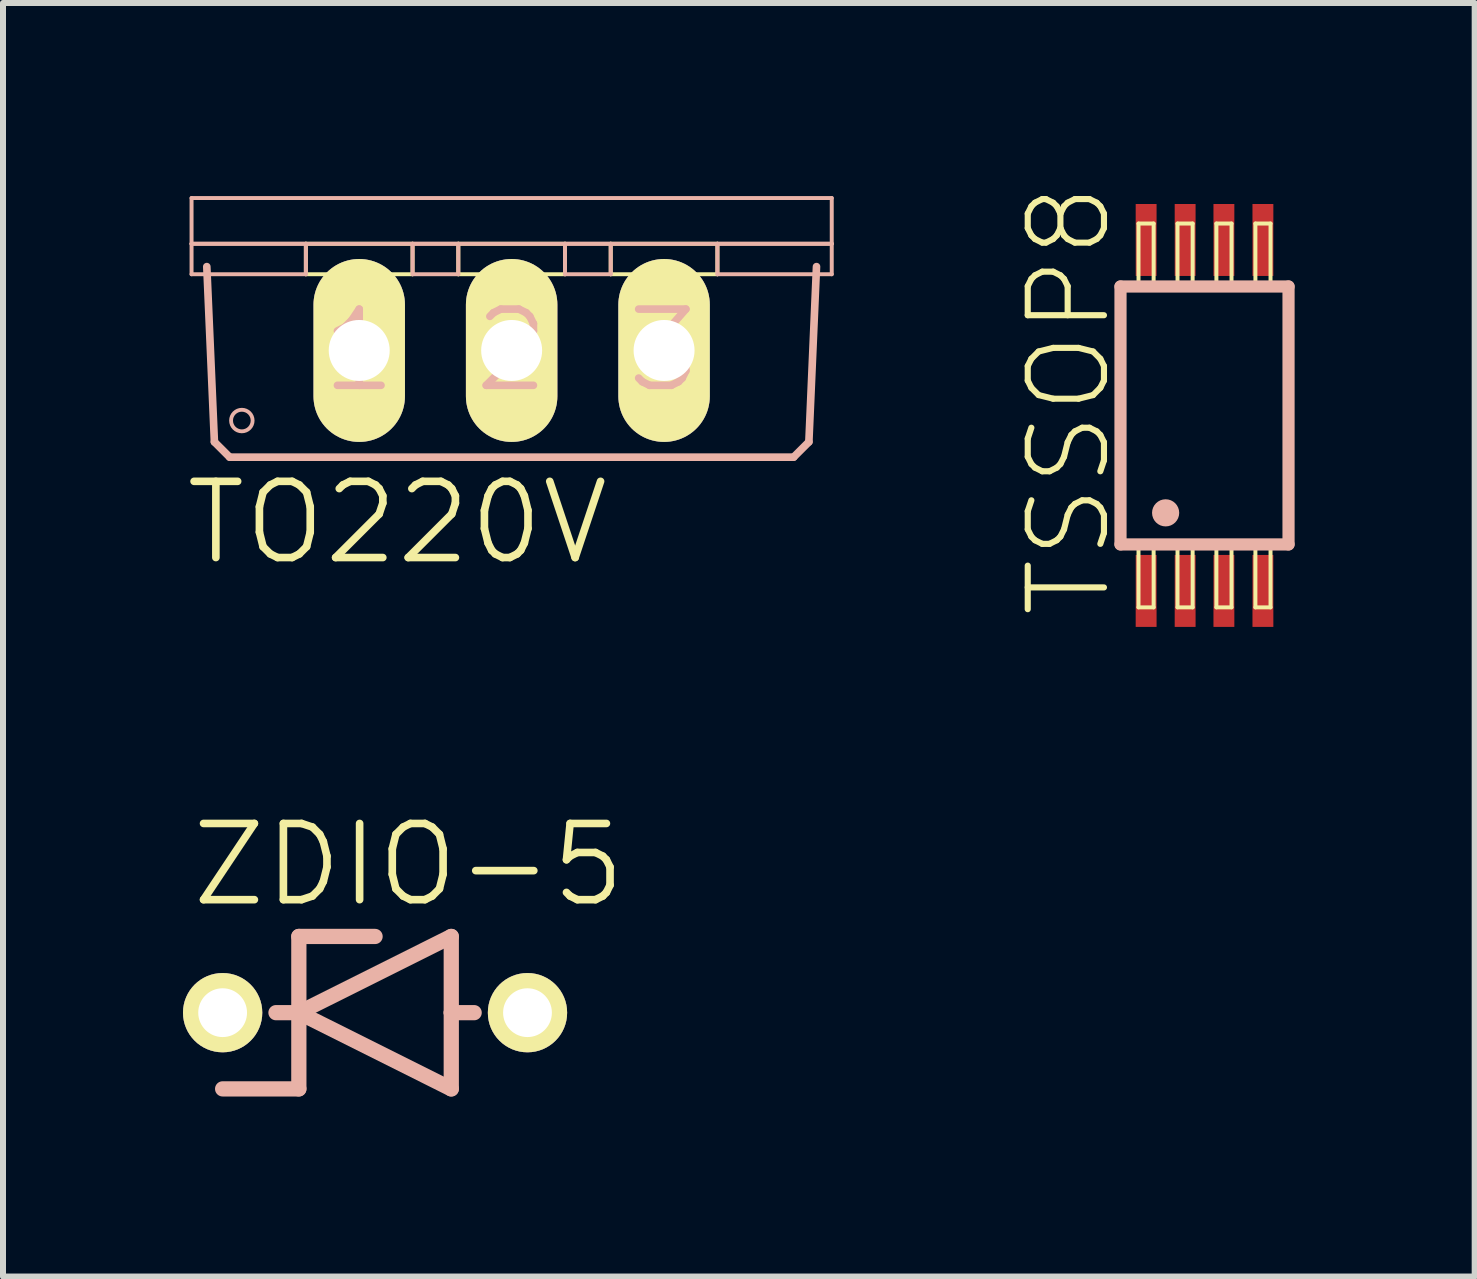
<source format=kicad_pcb>
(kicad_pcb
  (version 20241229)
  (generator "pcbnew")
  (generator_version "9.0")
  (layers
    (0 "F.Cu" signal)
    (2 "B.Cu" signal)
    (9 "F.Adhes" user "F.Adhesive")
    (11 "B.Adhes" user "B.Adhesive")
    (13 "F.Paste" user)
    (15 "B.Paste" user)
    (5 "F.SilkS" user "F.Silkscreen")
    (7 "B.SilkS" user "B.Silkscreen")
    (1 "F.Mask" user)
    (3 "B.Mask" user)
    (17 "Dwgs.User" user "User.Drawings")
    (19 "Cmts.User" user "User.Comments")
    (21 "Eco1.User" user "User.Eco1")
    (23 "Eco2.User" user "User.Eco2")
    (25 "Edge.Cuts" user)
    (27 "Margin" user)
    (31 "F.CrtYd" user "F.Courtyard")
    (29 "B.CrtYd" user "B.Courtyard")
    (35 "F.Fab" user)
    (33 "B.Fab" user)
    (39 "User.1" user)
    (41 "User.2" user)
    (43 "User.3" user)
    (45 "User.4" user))
  (footprint "ZDIO-5"
    (layer "F.Cu")
    (at 3.2 13.825)
    (property "Reference" "ZDIO-5" (at 0.559 -2.464 0) (layer "F.SilkS") (effects (font (size 1.27 1.27) (thickness 0.127))))
    (attr exclude_from_pos_files exclude_from_bom)
    (fp_line (start -1.651 0) (end -1.27 0) (stroke (width 0.254) (type solid)) (layer "B.SilkS"))
    (fp_line (start -1.27 -1.27) (end -1.27 0) (stroke (width 0.254) (type solid)) (layer "B.SilkS"))
    (fp_line (start -1.27 0) (end -1.27 1.27) (stroke (width 0.254) (type solid)) (layer "B.SilkS"))
    (fp_line (start -1.27 0) (end 1.27 -1.27) (stroke (width 0.254) (type solid)) (layer "B.SilkS"))
    (fp_line (start -1.27 1.27) (end -2.54 1.27) (stroke (width 0.254) (type solid)) (layer "B.SilkS"))
    (fp_line (start 0 -1.27) (end -1.27 -1.27) (stroke (width 0.254) (type solid)) (layer "B.SilkS"))
    (fp_line (start 1.27 -1.27) (end 1.27 0) (stroke (width 0.254) (type solid)) (layer "B.SilkS"))
    (fp_line (start 1.27 0) (end 1.27 1.27) (stroke (width 0.254) (type solid)) (layer "B.SilkS"))
    (fp_line (start 1.27 0) (end 1.651 0) (stroke (width 0.254) (type solid)) (layer "B.SilkS"))
    (fp_line (start 1.27 1.27) (end -1.27 0) (stroke (width 0.254) (type solid)) (layer "B.SilkS"))
    (pad "A" thru_hole circle (at 2.54 0) (size 1.321 1.321) (drill 0.813) (layers "*.Cu" "F.Mask" "F.SilkS" "F.Paste"))
    (pad "C" thru_hole circle (at -2.54 0) (size 1.321 1.321) (drill 0.813) (layers "*.Cu" "F.Mask" "F.SilkS" "F.Paste")))
  (footprint "TSSOP8"
    (layer "F.Cu")
    (at 17.022 3.873)
    (property "Reference" "TSSOP8" (at -2.258 -0.249 90) (layer "F.SilkS") (effects (font (size 1.27 1.27) (thickness 0.102))))
    (attr smd)
    (fp_line (start -1.1 -3.198) (end -0.848 -3.198) (stroke (width 0.066) (type solid)) (layer "F.SilkS"))
    (fp_line (start -1.1 -2.2) (end -1.1 -3.198) (stroke (width 0.066) (type solid)) (layer "F.SilkS"))
    (fp_line (start -1.1 -2.2) (end -0.848 -2.2) (stroke (width 0.066) (type solid)) (layer "F.SilkS"))
    (fp_line (start -1.1 2.2) (end -0.848 2.2) (stroke (width 0.066) (type solid)) (layer "F.SilkS"))
    (fp_line (start -1.1 3.198) (end -1.1 2.2) (stroke (width 0.066) (type solid)) (layer "F.SilkS"))
    (fp_line (start -1.1 3.198) (end -0.848 3.198) (stroke (width 0.066) (type solid)) (layer "F.SilkS"))
    (fp_line (start -0.848 -2.2) (end -0.848 -3.198) (stroke (width 0.066) (type solid)) (layer "F.SilkS"))
    (fp_line (start -0.848 3.198) (end -0.848 2.2) (stroke (width 0.066) (type solid)) (layer "F.SilkS"))
    (fp_line (start -0.45 -3.198) (end -0.198 -3.198) (stroke (width 0.066) (type solid)) (layer "F.SilkS"))
    (fp_line (start -0.45 -2.2) (end -0.45 -3.198) (stroke (width 0.066) (type solid)) (layer "F.SilkS"))
    (fp_line (start -0.45 -2.2) (end -0.198 -2.2) (stroke (width 0.066) (type solid)) (layer "F.SilkS"))
    (fp_line (start -0.45 2.2) (end -0.198 2.2) (stroke (width 0.066) (type solid)) (layer "F.SilkS"))
    (fp_line (start -0.45 3.198) (end -0.45 2.2) (stroke (width 0.066) (type solid)) (layer "F.SilkS"))
    (fp_line (start -0.45 3.198) (end -0.198 3.198) (stroke (width 0.066) (type solid)) (layer "F.SilkS"))
    (fp_line (start -0.198 -2.2) (end -0.198 -3.198) (stroke (width 0.066) (type solid)) (layer "F.SilkS"))
    (fp_line (start -0.198 3.198) (end -0.198 2.2) (stroke (width 0.066) (type solid)) (layer "F.SilkS"))
    (fp_line (start 0.198 -3.198) (end 0.45 -3.198) (stroke (width 0.066) (type solid)) (layer "F.SilkS"))
    (fp_line (start 0.198 -2.2) (end 0.198 -3.198) (stroke (width 0.066) (type solid)) (layer "F.SilkS"))
    (fp_line (start 0.198 -2.2) (end 0.45 -2.2) (stroke (width 0.066) (type solid)) (layer "F.SilkS"))
    (fp_line (start 0.198 2.2) (end 0.45 2.2) (stroke (width 0.066) (type solid)) (layer "F.SilkS"))
    (fp_line (start 0.198 3.198) (end 0.198 2.2) (stroke (width 0.066) (type solid)) (layer "F.SilkS"))
    (fp_line (start 0.198 3.198) (end 0.45 3.198) (stroke (width 0.066) (type solid)) (layer "F.SilkS"))
    (fp_line (start 0.45 -2.2) (end 0.45 -3.198) (stroke (width 0.066) (type solid)) (layer "F.SilkS"))
    (fp_line (start 0.45 3.198) (end 0.45 2.2) (stroke (width 0.066) (type solid)) (layer "F.SilkS"))
    (fp_line (start 0.848 -3.198) (end 1.1 -3.198) (stroke (width 0.066) (type solid)) (layer "F.SilkS"))
    (fp_line (start 0.848 -2.2) (end 0.848 -3.198) (stroke (width 0.066) (type solid)) (layer "F.SilkS"))
    (fp_line (start 0.848 -2.2) (end 1.1 -2.2) (stroke (width 0.066) (type solid)) (layer "F.SilkS"))
    (fp_line (start 0.848 2.2) (end 1.1 2.2) (stroke (width 0.066) (type solid)) (layer "F.SilkS"))
    (fp_line (start 0.848 3.198) (end 0.848 2.2) (stroke (width 0.066) (type solid)) (layer "F.SilkS"))
    (fp_line (start 0.848 3.198) (end 1.1 3.198) (stroke (width 0.066) (type solid)) (layer "F.SilkS"))
    (fp_line (start 1.1 -2.2) (end 1.1 -3.198) (stroke (width 0.066) (type solid)) (layer "F.SilkS"))
    (fp_line (start 1.1 3.198) (end 1.1 2.2) (stroke (width 0.066) (type solid)) (layer "F.SilkS"))
    (fp_line (start -1.4 -2.149) (end -1.4 2.149) (stroke (width 0.203) (type solid)) (layer "B.SilkS"))
    (fp_line (start -1.4 2.149) (end 1.4 2.149) (stroke (width 0.203) (type solid)) (layer "B.SilkS"))
    (fp_line (start 1.4 -2.149) (end -1.4 -2.149) (stroke (width 0.203) (type solid)) (layer "B.SilkS"))
    (fp_line (start 1.4 2.149) (end 1.4 -2.149) (stroke (width 0.203) (type solid)) (layer "B.SilkS"))
    (fp_circle (center -0.648 1.623) (end -0.808 1.783) (stroke (width 0) (type solid)) (fill yes) (layer "B.SilkS"))
    (pad "1" smd rect (at -0.973 2.924) (size 0.348 1.199) (layers "F.Cu" "F.Mask" "F.Paste"))
    (pad "2" smd rect (at -0.323 2.924) (size 0.348 1.199) (layers "F.Cu" "F.Mask" "F.Paste"))
    (pad "3" smd rect (at 0.323 2.924) (size 0.348 1.199) (layers "F.Cu" "F.Mask" "F.Paste"))
    (pad "4" smd rect (at 0.973 2.924) (size 0.348 1.199) (layers "F.Cu" "F.Mask" "F.Paste"))
    (pad "5" smd rect (at 0.973 -2.924) (size 0.348 1.199) (layers "F.Cu" "F.Mask" "F.Paste"))
    (pad "6" smd rect (at 0.323 -2.924) (size 0.348 1.199) (layers "F.Cu" "F.Mask" "F.Paste"))
    (pad "7" smd rect (at -0.323 -2.924) (size 0.348 1.199) (layers "F.Cu" "F.Mask" "F.Paste"))
    (pad "8" smd rect (at -0.973 -2.924) (size 0.348 1.199) (layers "F.Cu" "F.Mask" "F.Paste")))
  (footprint "TO220V"
    (layer "F.Cu")
    (at 5.476 0.25)
    (property "Reference" "TO220V" (at -1.905 5.41 0) (layer "F.SilkS") (effects (font (size 1.27 1.27) (thickness 0.127))))
    (attr exclude_from_pos_files exclude_from_bom)
    (fp_line (start -3.429 0.762) (end -1.651 0.762) (stroke (width 0.066) (type solid)) (layer "F.SilkS"))
    (fp_line (start -3.429 1.27) (end -3.429 0.762) (stroke (width 0.066) (type solid)) (layer "F.SilkS"))
    (fp_line (start -3.429 1.27) (end -1.651 1.27) (stroke (width 0.066) (type solid)) (layer "F.SilkS"))
    (fp_line (start -1.651 1.27) (end -1.651 0.762) (stroke (width 0.066) (type solid)) (layer "F.SilkS"))
    (fp_line (start -0.889 0.762) (end 0.889 0.762) (stroke (width 0.066) (type solid)) (layer "F.SilkS"))
    (fp_line (start -0.889 1.27) (end -0.889 0.762) (stroke (width 0.066) (type solid)) (layer "F.SilkS"))
    (fp_line (start -0.889 1.27) (end 0.889 1.27) (stroke (width 0.066) (type solid)) (layer "F.SilkS"))
    (fp_line (start 0.889 1.27) (end 0.889 0.762) (stroke (width 0.066) (type solid)) (layer "F.SilkS"))
    (fp_line (start 1.651 0.762) (end 3.429 0.762) (stroke (width 0.066) (type solid)) (layer "F.SilkS"))
    (fp_line (start 1.651 1.27) (end 1.651 0.762) (stroke (width 0.066) (type solid)) (layer "F.SilkS"))
    (fp_line (start 1.651 1.27) (end 3.429 1.27) (stroke (width 0.066) (type solid)) (layer "F.SilkS"))
    (fp_line (start 3.429 1.27) (end 3.429 0.762) (stroke (width 0.066) (type solid)) (layer "F.SilkS"))
    (fp_line (start -5.334 0) (end 5.334 0) (stroke (width 0.066) (type solid)) (layer "B.SilkS"))
    (fp_line (start -5.334 0.762) (end -5.334 0) (stroke (width 0.066) (type solid)) (layer "B.SilkS"))
    (fp_line (start -5.334 0.762) (end -3.429 0.762) (stroke (width 0.066) (type solid)) (layer "B.SilkS"))
    (fp_line (start -5.334 0.762) (end 5.334 0.762) (stroke (width 0.066) (type solid)) (layer "B.SilkS"))
    (fp_line (start -5.334 1.27) (end -5.334 0.762) (stroke (width 0.066) (type solid)) (layer "B.SilkS"))
    (fp_line (start -5.334 1.27) (end -3.429 1.27) (stroke (width 0.066) (type solid)) (layer "B.SilkS"))
    (fp_line (start -4.953 4.064) (end -5.08 1.143) (stroke (width 0.127) (type solid)) (layer "B.SilkS"))
    (fp_line (start -4.953 4.064) (end -4.699 4.318) (stroke (width 0.127) (type solid)) (layer "B.SilkS"))
    (fp_line (start -3.429 1.27) (end -3.429 0.762) (stroke (width 0.066) (type solid)) (layer "B.SilkS"))
    (fp_line (start -1.651 0.762) (end -0.889 0.762) (stroke (width 0.066) (type solid)) (layer "B.SilkS"))
    (fp_line (start -1.651 1.27) (end -1.651 0.762) (stroke (width 0.066) (type solid)) (layer "B.SilkS"))
    (fp_line (start -1.651 1.27) (end -0.889 1.27) (stroke (width 0.066) (type solid)) (layer "B.SilkS"))
    (fp_line (start -0.889 1.27) (end -0.889 0.762) (stroke (width 0.066) (type solid)) (layer "B.SilkS"))
    (fp_line (start 0.889 0.762) (end 1.651 0.762) (stroke (width 0.066) (type solid)) (layer "B.SilkS"))
    (fp_line (start 0.889 1.27) (end 0.889 0.762) (stroke (width 0.066) (type solid)) (layer "B.SilkS"))
    (fp_line (start 0.889 1.27) (end 1.651 1.27) (stroke (width 0.066) (type solid)) (layer "B.SilkS"))
    (fp_line (start 1.651 1.27) (end 1.651 0.762) (stroke (width 0.066) (type solid)) (layer "B.SilkS"))
    (fp_line (start 3.429 0.762) (end 5.334 0.762) (stroke (width 0.066) (type solid)) (layer "B.SilkS"))
    (fp_line (start 3.429 1.27) (end 3.429 0.762) (stroke (width 0.066) (type solid)) (layer "B.SilkS"))
    (fp_line (start 3.429 1.27) (end 5.334 1.27) (stroke (width 0.066) (type solid)) (layer "B.SilkS"))
    (fp_line (start 4.699 4.318) (end -4.699 4.318) (stroke (width 0.127) (type solid)) (layer "B.SilkS"))
    (fp_line (start 4.699 4.318) (end 4.953 4.064) (stroke (width 0.127) (type solid)) (layer "B.SilkS"))
    (fp_line (start 5.08 1.143) (end 4.953 4.064) (stroke (width 0.127) (type solid)) (layer "B.SilkS"))
    (fp_line (start 5.334 0.762) (end 5.334 0) (stroke (width 0.066) (type solid)) (layer "B.SilkS"))
    (fp_line (start 5.334 1.27) (end 5.334 0.762) (stroke (width 0.066) (type solid)) (layer "B.SilkS"))
    (fp_circle (center -4.496 3.708) (end -4.623 3.835) (stroke (width 0.064) (type solid)) (fill no) (layer "B.SilkS"))
    (fp_text user "2" (at 0 2.54 0) (layer "B.SilkS") (effects (font (size 1.27 1.27) (thickness 0.127))))
    (fp_text user "1" (at -2.54 2.54 0) (layer "B.SilkS") (effects (font (size 1.27 1.27) (thickness 0.127))))
    (fp_text user "3" (at 2.54 2.54 0) (layer "B.SilkS") (effects (font (size 1.27 1.27) (thickness 0.127))))
    (pad "1" thru_hole oval (at -2.54 2.54 180) (size 1.524 3.048) (drill 1.016) (layers "*.Cu" "F.Mask" "F.SilkS" "F.Paste"))
    (pad "2" thru_hole oval (at 0 2.54 180) (size 1.524 3.048) (drill 1.016) (layers "*.Cu" "F.Mask" "F.SilkS" "F.Paste"))
    (pad "3" thru_hole oval (at 2.54 2.54 180) (size 1.524 3.048) (drill 1.016) (layers "*.Cu" "F.Mask" "F.SilkS" "F.Paste")))
  (gr_rect
    (start -3 -3)
    (end 21.524 18.222)
    (stroke (width 0.1) (type default))
    (fill no)
    (layer "Edge.Cuts")))
</source>
